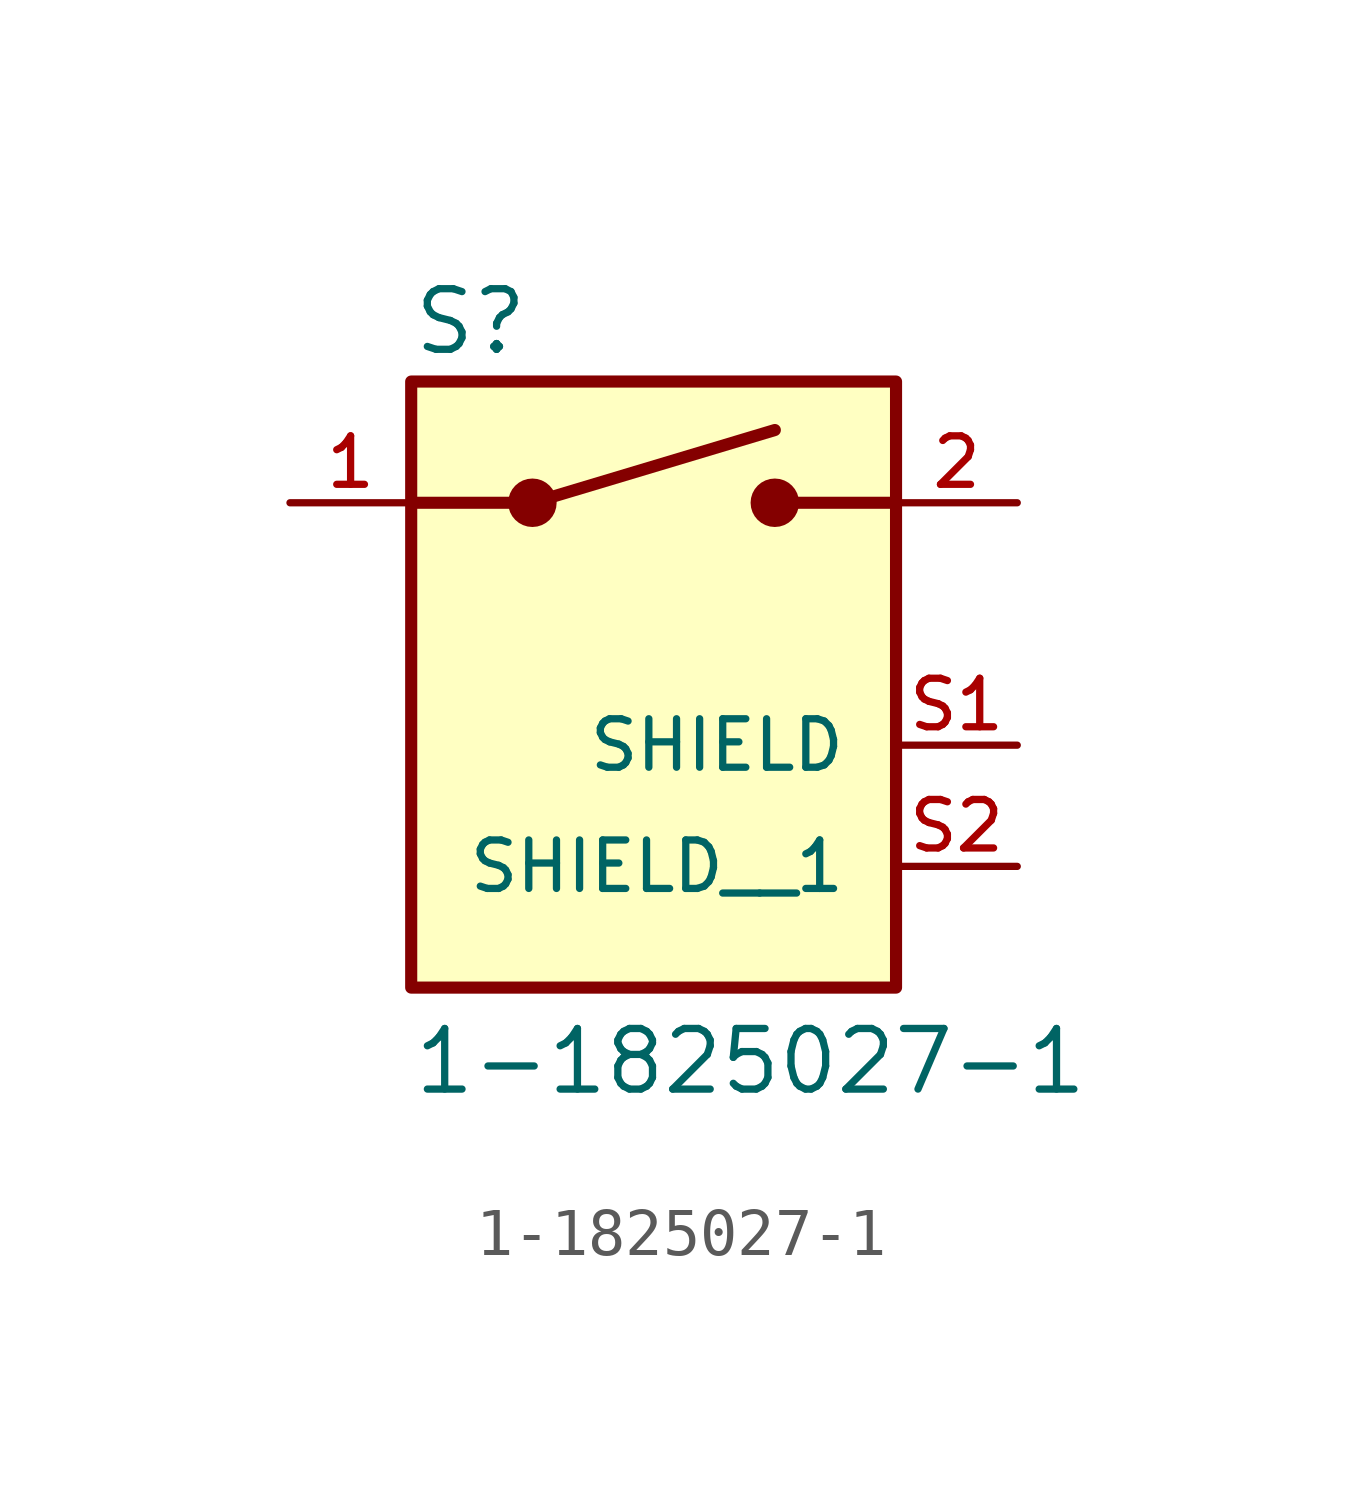
<source format=kicad_sym>
(kicad_symbol_lib
  (version 20211014)
  (generator kicad_symbol_editor)
  (symbol "1-1825027-1"
    (pin_names
      (offset 1.016))
    (property "Reference" "S"
      (at -5.084 5.592 0)
      (effects (font (size 1.27 1.27)) (justify bottom left)))
    (property "Value" "1-1825027-1"
      (at -5.083 -9.91 0)
      (effects (font (size 1.27 1.27)) (justify bottom left)))
    (symbol "1-1825027-1_0_0"
      (polyline (pts (xy -5.08 2.54) (xy -2.54 2.54)) (stroke (width 0.254)))
      (polyline (pts (xy -2.54 2.54) (xy 2.54 4.064)) (stroke (width 0.254)))
      (polyline (pts (xy 2.54 2.54) (xy 5.08 2.54)) (stroke (width 0.254)))
      (circle (center -2.54 2.54) (radius 0.254) (stroke (width 0.508)) (fill (type none)))
      (circle (center 2.54 2.54) (radius 0.254) (stroke (width 0.508)) (fill (type none)))
      (rectangle (start -5.08 -7.62) (end 5.08 5.08) (stroke (width 0.254)) (fill (type background)))
      (pin passive line (at -7.62 2.54 0) (length 2.54) (name "~" (effects (font (size 1.016 1.016)))) (number "1" (effects (font (size 1.016 1.016)))))
      (pin passive line (at 7.62 2.54 180.0) (length 2.54) (name "~" (effects (font (size 1.016 1.016)))) (number "2" (effects (font (size 1.016 1.016)))))
      (pin power_in line (at 7.62 -2.54 180.0) (length 2.54) (name "SHIELD" (effects (font (size 1.016 1.016)))) (number "S1" (effects (font (size 1.016 1.016)))))
      (pin power_in line (at 7.62 -5.08 180.0) (length 2.54) (name "SHIELD__1" (effects (font (size 1.016 1.016)))) (number "S2" (effects (font (size 1.016 1.016))))))))
</source>
